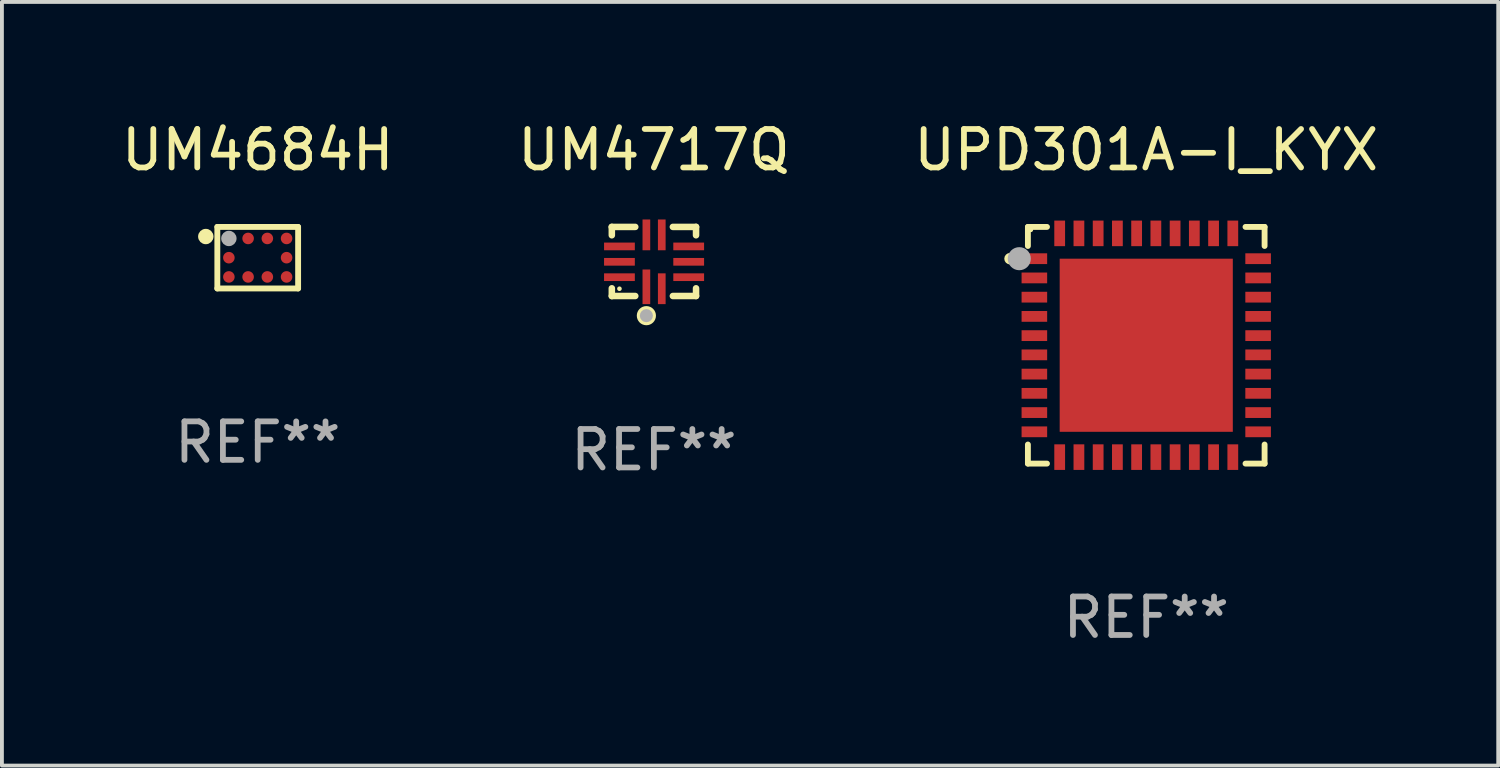
<source format=kicad_pcb>
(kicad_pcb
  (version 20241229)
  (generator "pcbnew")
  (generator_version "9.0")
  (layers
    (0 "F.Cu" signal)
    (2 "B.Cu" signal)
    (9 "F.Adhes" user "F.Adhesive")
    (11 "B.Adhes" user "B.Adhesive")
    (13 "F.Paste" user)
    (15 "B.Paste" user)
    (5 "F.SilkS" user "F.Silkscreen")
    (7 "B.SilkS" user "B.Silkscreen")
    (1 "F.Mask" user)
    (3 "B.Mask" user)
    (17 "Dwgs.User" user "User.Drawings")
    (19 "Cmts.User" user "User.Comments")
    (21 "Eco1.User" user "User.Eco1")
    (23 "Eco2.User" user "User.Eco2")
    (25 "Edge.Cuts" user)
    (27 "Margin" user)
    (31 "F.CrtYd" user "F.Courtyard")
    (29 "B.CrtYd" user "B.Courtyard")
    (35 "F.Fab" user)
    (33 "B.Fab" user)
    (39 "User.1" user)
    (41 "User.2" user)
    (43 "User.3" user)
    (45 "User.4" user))
  (footprint "UM4717Q"
    (layer "F.Cu")
    (at 13.946 3.747)
    (property "Reference" "UM4717Q" (at 0 -2.899 0) (layer "F.SilkS") (effects (font (size 1 1) (thickness 0.15))))
    (attr through_hole)
    (fp_line (start -1.096 -0.899) (end -0.484 -0.899) (stroke (width 0.17) (type solid)) (layer "F.SilkS"))
    (fp_line (start -1.093 -0.682) (end -1.093 -0.899) (stroke (width 0.17) (type solid)) (layer "F.SilkS"))
    (fp_line (start -1.093 0.899) (end -1.093 0.697) (stroke (width 0.17) (type solid)) (layer "F.SilkS"))
    (fp_line (start -0.484 0.897) (end -1.093 0.897) (stroke (width 0.17) (type solid)) (layer "F.SilkS"))
    (fp_line (start 0.494 -0.899) (end 1.096 -0.899) (stroke (width 0.17) (type solid)) (layer "F.SilkS"))
    (fp_line (start 1.096 -0.899) (end 1.096 -0.682) (stroke (width 0.17) (type solid)) (layer "F.SilkS"))
    (fp_line (start 1.096 0.697) (end 1.096 0.897) (stroke (width 0.17) (type solid)) (layer "F.SilkS"))
    (fp_line (start 1.096 0.897) (end 0.494 0.897) (stroke (width 0.17) (type solid)) (layer "F.SilkS"))
    (fp_circle (center -0.895 0.708) (end -0.865 0.708) (stroke (width 0.06) (type solid)) (fill no) (layer "F.SilkS"))
    (fp_circle (center -0.195 1.408) (end -0.116 1.408) (stroke (width 0.17) (type solid)) (fill no) (layer "F.SilkS"))
    (fp_circle (center -0.195 1.408) (end -0.11 1.408) (stroke (width 0.17) (type solid)) (fill no) (layer "F.Fab"))
    (fp_text user "REF**" (at 0 4.899 0) (layer "F.Fab") (effects (font (size 1 1) (thickness 0.15))))
    (pad "1" smd rect (at -0.195 0.658 180) (size 0.2 0.9) (layers "F.Cu" "F.Mask" "F.Paste"))
    (pad "2" smd rect (at 0.205 0.708 180) (size 0.2 0.8) (layers "F.Cu" "F.Mask" "F.Paste"))
    (pad "3" smd rect (at 0.905 0.408 90) (size 0.2 0.8) (layers "F.Cu" "F.Mask" "F.Paste"))
    (pad "4" smd rect (at 0.905 0.008 90) (size 0.2 0.8) (layers "F.Cu" "F.Mask" "F.Paste"))
    (pad "5" smd rect (at 0.905 -0.392 90) (size 0.2 0.8) (layers "F.Cu" "F.Mask" "F.Paste"))
    (pad "6" smd rect (at 0.205 -0.692 180) (size 0.2 0.8) (layers "F.Cu" "F.Mask" "F.Paste"))
    (pad "7" smd rect (at -0.195 -0.692 180) (size 0.2 0.8) (layers "F.Cu" "F.Mask" "F.Paste"))
    (pad "8" smd rect (at -0.895 -0.392 90) (size 0.2 0.8) (layers "F.Cu" "F.Mask" "F.Paste"))
    (pad "9" smd rect (at -0.895 0.008 90) (size 0.2 0.8) (layers "F.Cu" "F.Mask" "F.Paste"))
    (pad "10" smd rect (at -0.895 0.408 90) (size 0.2 0.8) (layers "F.Cu" "F.Mask" "F.Paste")))
  (footprint "UM4684H"
    (layer "F.Cu")
    (at 3.649 3.648)
    (property "Reference" "UM4684H" (at 0 -2.8 0) (layer "F.SilkS") (effects (font (size 1 1) (thickness 0.15))))
    (attr through_hole)
    (fp_line (start -1.05 -0.8) (end 1.05 -0.8) (stroke (width 0.152) (type solid)) (layer "F.SilkS"))
    (fp_line (start -1.05 0.8) (end -1.05 -0.8) (stroke (width 0.152) (type solid)) (layer "F.SilkS"))
    (fp_line (start 1.05 -0.8) (end 1.05 0.8) (stroke (width 0.152) (type solid)) (layer "F.SilkS"))
    (fp_line (start 1.05 0.8) (end -1.05 0.8) (stroke (width 0.152) (type solid)) (layer "F.SilkS"))
    (fp_circle (center -1.35 -0.55) (end -1.25 -0.55) (stroke (width 0.2) (type solid)) (fill no) (layer "F.SilkS"))
    (fp_circle (center -1.025 -0.775) (end -0.995 -0.775) (stroke (width 0.06) (type solid)) (fill no) (layer "F.SilkS"))
    (fp_circle (center -0.75 -0.5) (end -0.65 -0.5) (stroke (width 0.2) (type solid)) (fill no) (layer "F.Fab"))
    (fp_text user "REF**" (at 0 4.8 0) (layer "F.Fab") (effects (font (size 1 1) (thickness 0.15))))
    (pad "A1" smd circle (at -0.75 -0.5) (size 0.3 0.3) (layers "F.Cu" "F.Mask" "F.Paste"))
    (pad "A2" smd circle (at -0.25 -0.5) (size 0.3 0.3) (layers "F.Cu" "F.Mask" "F.Paste"))
    (pad "A3" smd circle (at 0.25 -0.5) (size 0.3 0.3) (layers "F.Cu" "F.Mask" "F.Paste"))
    (pad "A4" smd circle (at 0.75 -0.5) (size 0.3 0.3) (layers "F.Cu" "F.Mask" "F.Paste"))
    (pad "B1" smd circle (at -0.75 -0.000127) (size 0.3 0.3) (layers "F.Cu" "F.Mask" "F.Paste"))
    (pad "B4" smd circle (at 0.75 -0.000127) (size 0.3 0.3) (layers "F.Cu" "F.Mask" "F.Paste"))
    (pad "C1" smd circle (at -0.75 0.5) (size 0.3 0.3) (layers "F.Cu" "F.Mask" "F.Paste"))
    (pad "C2" smd circle (at -0.25 0.5) (size 0.3 0.3) (layers "F.Cu" "F.Mask" "F.Paste"))
    (pad "C3" smd circle (at 0.25 0.5) (size 0.3 0.3) (layers "F.Cu" "F.Mask" "F.Paste"))
    (pad "C4" smd circle (at 0.75 0.5) (size 0.3 0.3) (layers "F.Cu" "F.Mask" "F.Paste")))
  (footprint "UPD301A-I_KYX"
    (layer "F.Cu")
    (at 26.744 5.924)
    (property "Reference" "UPD301A-I_KYX" (at 0 -5.076 0) (layer "F.SilkS") (effects (font (size 1 1) (thickness 0.15))))
    (attr through_hole)
    (fp_line (start -3.076 -3.076) (end -3.076 -2.58) (stroke (width 0.152) (type solid)) (layer "F.SilkS"))
    (fp_line (start -3.076 3.076) (end -3.076 2.58) (stroke (width 0.152) (type solid)) (layer "F.SilkS"))
    (fp_line (start -2.58 -3.076) (end -3.076 -3.076) (stroke (width 0.152) (type solid)) (layer "F.SilkS"))
    (fp_line (start -2.58 3.076) (end -3.076 3.076) (stroke (width 0.152) (type solid)) (layer "F.SilkS"))
    (fp_line (start 2.58 -3.076) (end 3.076 -3.076) (stroke (width 0.152) (type solid)) (layer "F.SilkS"))
    (fp_line (start 2.58 3.076) (end 3.076 3.076) (stroke (width 0.152) (type solid)) (layer "F.SilkS"))
    (fp_line (start 3.076 -3.076) (end 3.076 -2.58) (stroke (width 0.152) (type solid)) (layer "F.SilkS"))
    (fp_line (start 3.076 3.076) (end 3.076 2.58) (stroke (width 0.152) (type solid)) (layer "F.SilkS"))
    (fp_circle (center -3.54 -2.25) (end -3.465 -2.25) (stroke (width 0.15) (type solid)) (fill no) (layer "F.SilkS"))
    (fp_circle (center -3 -3) (end -2.97 -3) (stroke (width 0.06) (type solid)) (fill no) (layer "F.SilkS"))
    (fp_circle (center -3.3 -2.25) (end -3.15 -2.25) (stroke (width 0.3) (type solid)) (fill no) (layer "F.Fab"))
    (fp_text user "REF**" (at 0 7.076 0) (layer "F.Fab") (effects (font (size 1 1) (thickness 0.15))))
    (pad "1" smd rect (at -2.908 -2.25) (size 0.665 0.28) (layers "F.Cu" "F.Mask" "F.Paste"))
    (pad "2" smd rect (at -2.908 -1.75) (size 0.665 0.28) (layers "F.Cu" "F.Mask" "F.Paste"))
    (pad "3" smd rect (at -2.908 -1.25) (size 0.665 0.28) (layers "F.Cu" "F.Mask" "F.Paste"))
    (pad "4" smd rect (at -2.908 -0.75) (size 0.665 0.28) (layers "F.Cu" "F.Mask" "F.Paste"))
    (pad "5" smd rect (at -2.908 -0.25) (size 0.665 0.28) (layers "F.Cu" "F.Mask" "F.Paste"))
    (pad "6" smd rect (at -2.908 0.25) (size 0.665 0.28) (layers "F.Cu" "F.Mask" "F.Paste"))
    (pad "7" smd rect (at -2.908 0.75) (size 0.665 0.28) (layers "F.Cu" "F.Mask" "F.Paste"))
    (pad "8" smd rect (at -2.908 1.25) (size 0.665 0.28) (layers "F.Cu" "F.Mask" "F.Paste"))
    (pad "9" smd rect (at -2.908 1.75) (size 0.665 0.28) (layers "F.Cu" "F.Mask" "F.Paste"))
    (pad "10" smd rect (at -2.908 2.25) (size 0.665 0.28) (layers "F.Cu" "F.Mask" "F.Paste"))
    (pad "11" smd rect (at -2.25 2.908) (size 0.28 0.665) (layers "F.Cu" "F.Mask" "F.Paste"))
    (pad "12" smd rect (at -1.75 2.908) (size 0.28 0.665) (layers "F.Cu" "F.Mask" "F.Paste"))
    (pad "13" smd rect (at -1.25 2.908) (size 0.28 0.665) (layers "F.Cu" "F.Mask" "F.Paste"))
    (pad "14" smd rect (at -0.75 2.908) (size 0.28 0.665) (layers "F.Cu" "F.Mask" "F.Paste"))
    (pad "15" smd rect (at -0.25 2.908) (size 0.28 0.665) (layers "F.Cu" "F.Mask" "F.Paste"))
    (pad "16" smd rect (at 0.25 2.908) (size 0.28 0.665) (layers "F.Cu" "F.Mask" "F.Paste"))
    (pad "17" smd rect (at 0.75 2.908) (size 0.28 0.665) (layers "F.Cu" "F.Mask" "F.Paste"))
    (pad "18" smd rect (at 1.25 2.908) (size 0.28 0.665) (layers "F.Cu" "F.Mask" "F.Paste"))
    (pad "19" smd rect (at 1.75 2.908) (size 0.28 0.665) (layers "F.Cu" "F.Mask" "F.Paste"))
    (pad "20" smd rect (at 2.25 2.908) (size 0.28 0.665) (layers "F.Cu" "F.Mask" "F.Paste"))
    (pad "21" smd rect (at 2.908 2.25) (size 0.665 0.28) (layers "F.Cu" "F.Mask" "F.Paste"))
    (pad "22" smd rect (at 2.908 1.75) (size 0.665 0.28) (layers "F.Cu" "F.Mask" "F.Paste"))
    (pad "23" smd rect (at 2.908 1.25) (size 0.665 0.28) (layers "F.Cu" "F.Mask" "F.Paste"))
    (pad "24" smd rect (at 2.908 0.75) (size 0.665 0.28) (layers "F.Cu" "F.Mask" "F.Paste"))
    (pad "25" smd rect (at 2.908 0.25) (size 0.665 0.28) (layers "F.Cu" "F.Mask" "F.Paste"))
    (pad "26" smd rect (at 2.908 -0.25) (size 0.665 0.28) (layers "F.Cu" "F.Mask" "F.Paste"))
    (pad "27" smd rect (at 2.908 -0.75) (size 0.665 0.28) (layers "F.Cu" "F.Mask" "F.Paste"))
    (pad "28" smd rect (at 2.908 -1.25) (size 0.665 0.28) (layers "F.Cu" "F.Mask" "F.Paste"))
    (pad "29" smd rect (at 2.908 -1.75) (size 0.665 0.28) (layers "F.Cu" "F.Mask" "F.Paste"))
    (pad "30" smd rect (at 2.908 -2.25) (size 0.665 0.28) (layers "F.Cu" "F.Mask" "F.Paste"))
    (pad "31" smd rect (at 2.25 -2.908) (size 0.28 0.665) (layers "F.Cu" "F.Mask" "F.Paste"))
    (pad "32" smd rect (at 1.75 -2.908) (size 0.28 0.665) (layers "F.Cu" "F.Mask" "F.Paste"))
    (pad "33" smd rect (at 1.25 -2.908) (size 0.28 0.665) (layers "F.Cu" "F.Mask" "F.Paste"))
    (pad "34" smd rect (at 0.75 -2.908) (size 0.28 0.665) (layers "F.Cu" "F.Mask" "F.Paste"))
    (pad "35" smd rect (at 0.25 -2.908) (size 0.28 0.665) (layers "F.Cu" "F.Mask" "F.Paste"))
    (pad "36" smd rect (at -0.25 -2.908) (size 0.28 0.665) (layers "F.Cu" "F.Mask" "F.Paste"))
    (pad "37" smd rect (at -0.75 -2.908) (size 0.28 0.665) (layers "F.Cu" "F.Mask" "F.Paste"))
    (pad "38" smd rect (at -1.25 -2.908) (size 0.28 0.665) (layers "F.Cu" "F.Mask" "F.Paste"))
    (pad "39" smd rect (at -1.75 -2.908) (size 0.28 0.665) (layers "F.Cu" "F.Mask" "F.Paste"))
    (pad "40" smd rect (at -2.25 -2.908) (size 0.28 0.665) (layers "F.Cu" "F.Mask" "F.Paste"))
    (pad "41" smd rect (at 0 0) (size 4.5 4.5) (layers "F.Cu" "F.Mask" "F.Paste")))
  (gr_rect
    (start -3 -3)
    (end 35.893 16.849)
    (stroke (width 0.1) (type default))
    (fill no)
    (layer "Edge.Cuts")))
</source>
